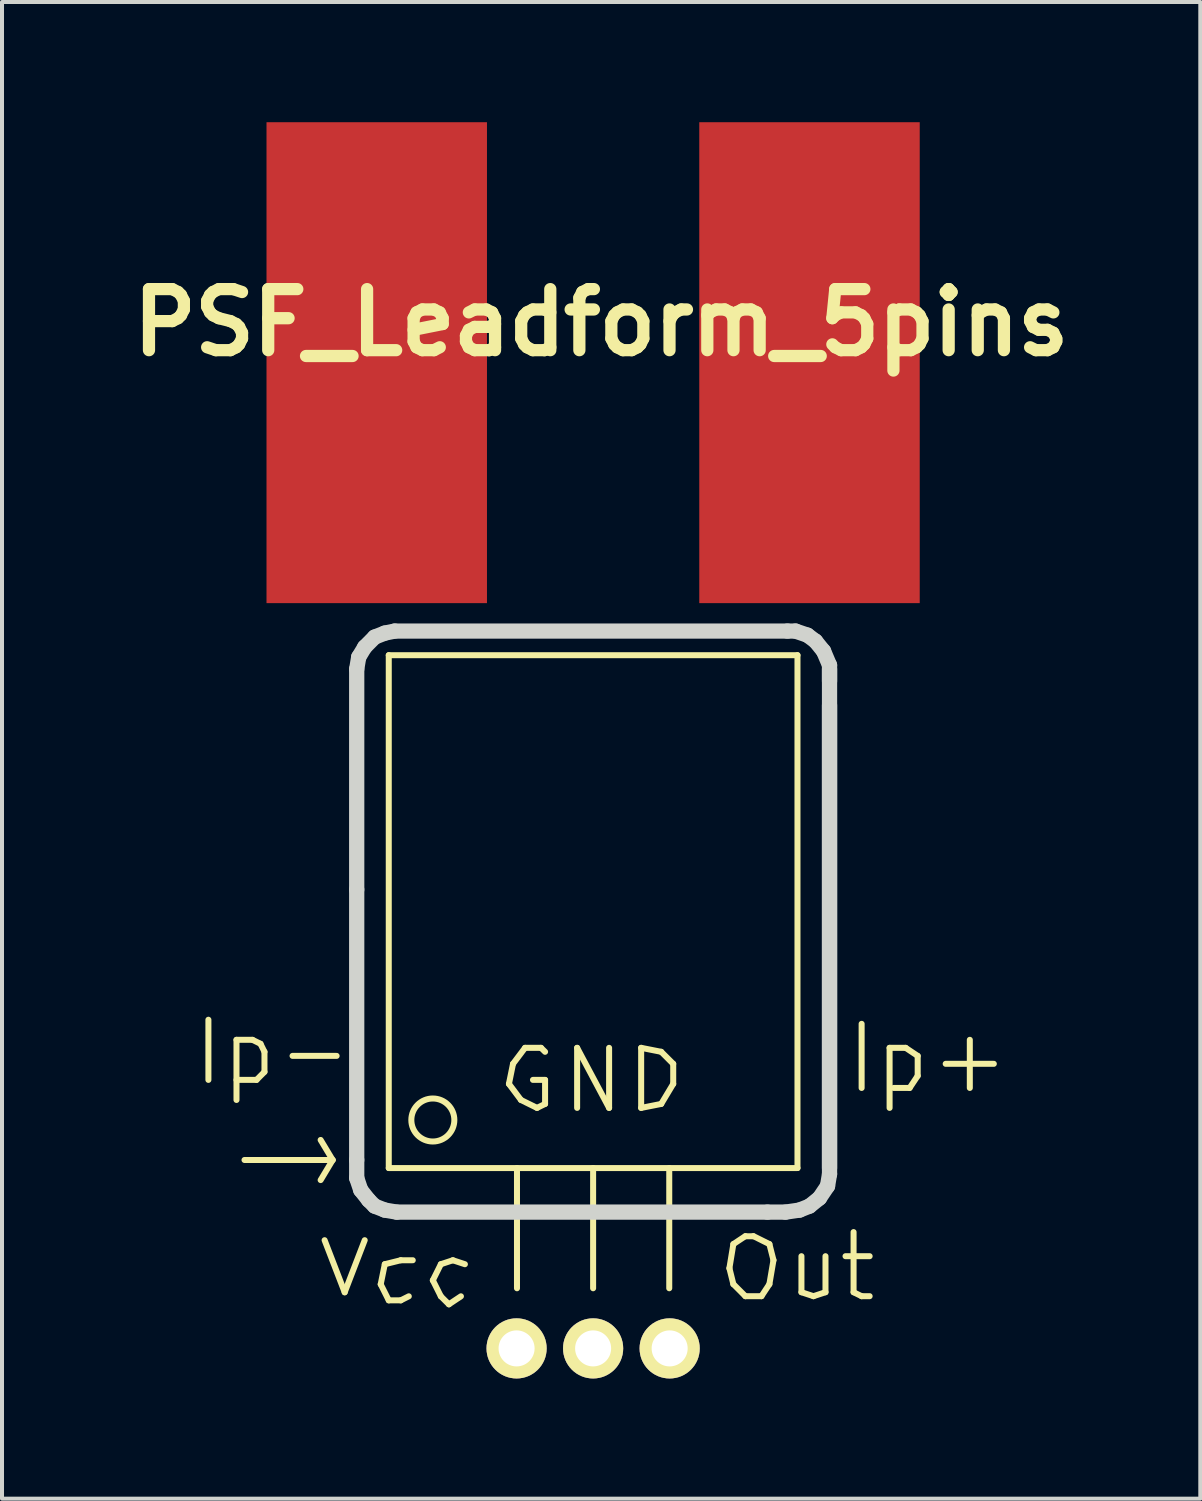
<source format=kicad_pcb>
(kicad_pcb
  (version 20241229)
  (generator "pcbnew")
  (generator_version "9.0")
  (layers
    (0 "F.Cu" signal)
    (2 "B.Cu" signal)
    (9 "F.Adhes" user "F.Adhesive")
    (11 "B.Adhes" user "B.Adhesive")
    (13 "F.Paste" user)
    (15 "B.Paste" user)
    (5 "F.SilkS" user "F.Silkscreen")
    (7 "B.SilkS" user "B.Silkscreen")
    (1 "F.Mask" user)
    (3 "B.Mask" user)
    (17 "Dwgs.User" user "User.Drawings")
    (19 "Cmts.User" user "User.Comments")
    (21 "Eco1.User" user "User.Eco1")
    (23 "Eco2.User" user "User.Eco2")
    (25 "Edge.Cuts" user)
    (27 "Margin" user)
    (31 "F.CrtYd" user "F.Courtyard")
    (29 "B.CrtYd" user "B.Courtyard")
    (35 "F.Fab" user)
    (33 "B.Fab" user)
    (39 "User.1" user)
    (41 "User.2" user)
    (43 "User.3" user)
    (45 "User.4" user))
  (footprint "PSF_Leadform_5pins"
    (layer "F.Cu")
    (at 11.752 19.9)
    (property "Reference" "PSF_Leadform_5pins" (at 0.201 -14.9 0) (layer "F.SilkS") (effects (font (size 1.524 1.524) (thickness 0.305))))
    (attr through_hole)
    (fp_line (start -9.601 2.499) (end -9.601 4) (stroke (width 0.15) (type solid)) (layer "F.SilkS"))
    (fp_line (start -8.9 3) (end -8.9 4.501) (stroke (width 0.15) (type solid)) (layer "F.SilkS"))
    (fp_line (start -8.9 3) (end -8.501 3) (stroke (width 0.15) (type solid)) (layer "F.SilkS"))
    (fp_line (start -8.501 3) (end -8.301 3.099) (stroke (width 0.15) (type solid)) (layer "F.SilkS"))
    (fp_line (start -8.4 4) (end -8.9 4) (stroke (width 0.15) (type solid)) (layer "F.SilkS"))
    (fp_line (start -8.301 3.099) (end -8.202 3.299) (stroke (width 0.15) (type solid)) (layer "F.SilkS"))
    (fp_line (start -8.202 3.299) (end -8.202 3.8) (stroke (width 0.15) (type solid)) (layer "F.SilkS"))
    (fp_line (start -8.202 3.8) (end -8.4 4) (stroke (width 0.15) (type solid)) (layer "F.SilkS"))
    (fp_line (start -6.701 8.001) (end -6.2 9.301) (stroke (width 0.15) (type solid)) (layer "F.SilkS"))
    (fp_line (start -6.5 5.999) (end -8.7 5.999) (stroke (width 0.15) (type solid)) (layer "F.SilkS"))
    (fp_line (start -6.5 5.999) (end -6.8 5.499) (stroke (width 0.15) (type solid)) (layer "F.SilkS"))
    (fp_line (start -6.5 5.999) (end -6.8 6.5) (stroke (width 0.15) (type solid)) (layer "F.SilkS"))
    (fp_line (start -6.401 3.401) (end -7.501 3.401) (stroke (width 0.15) (type solid)) (layer "F.SilkS"))
    (fp_line (start -6.2 9.301) (end -5.7 8.001) (stroke (width 0.15) (type solid)) (layer "F.SilkS"))
    (fp_line (start -5.301 9.101) (end -5.1 9.502) (stroke (width 0.15) (type solid)) (layer "F.SilkS"))
    (fp_line (start -5.199 8.6) (end -5.301 9.101) (stroke (width 0.15) (type solid)) (layer "F.SilkS"))
    (fp_line (start -5.1 -6.599) (end 5.1 -6.599) (stroke (width 0.15) (type solid)) (layer "F.SilkS"))
    (fp_line (start -5.1 6.2) (end -5.1 -6.599) (stroke (width 0.15) (type solid)) (layer "F.SilkS"))
    (fp_line (start -5.1 9.502) (end -4.801 9.502) (stroke (width 0.15) (type solid)) (layer "F.SilkS"))
    (fp_line (start -4.801 8.501) (end -5.199 8.6) (stroke (width 0.15) (type solid)) (layer "F.SilkS"))
    (fp_line (start -4.801 9.502) (end -4.6 9.401) (stroke (width 0.15) (type solid)) (layer "F.SilkS"))
    (fp_line (start -4.501 8.501) (end -4.801 8.501) (stroke (width 0.15) (type solid)) (layer "F.SilkS"))
    (fp_line (start -4 9.002) (end -3.8 9.401) (stroke (width 0.15) (type solid)) (layer "F.SilkS"))
    (fp_line (start -3.8 8.6) (end -4 9.002) (stroke (width 0.15) (type solid)) (layer "F.SilkS"))
    (fp_line (start -3.8 9.401) (end -3.599 9.601) (stroke (width 0.15) (type solid)) (layer "F.SilkS"))
    (fp_line (start -3.599 9.601) (end -3.299 9.401) (stroke (width 0.15) (type solid)) (layer "F.SilkS"))
    (fp_line (start -3.5 8.501) (end -3.8 8.6) (stroke (width 0.15) (type solid)) (layer "F.SilkS"))
    (fp_line (start -3.2 8.6) (end -3.5 8.501) (stroke (width 0.15) (type solid)) (layer "F.SilkS"))
    (fp_line (start -2.101 4.1) (end -1.801 4.501) (stroke (width 0.15) (type solid)) (layer "F.SilkS"))
    (fp_line (start -1.999 3.599) (end -2.101 4.1) (stroke (width 0.15) (type solid)) (layer "F.SilkS"))
    (fp_line (start -1.9 6.2) (end -1.9 9.2) (stroke (width 0.15) (type solid)) (layer "F.SilkS"))
    (fp_line (start -1.801 4.501) (end -1.4 4.699) (stroke (width 0.15) (type solid)) (layer "F.SilkS"))
    (fp_line (start -1.699 3.2) (end -1.999 3.599) (stroke (width 0.15) (type solid)) (layer "F.SilkS"))
    (fp_line (start -1.4 4.699) (end -1.199 4.6) (stroke (width 0.15) (type solid)) (layer "F.SilkS"))
    (fp_line (start -1.3 3.2) (end -1.699 3.2) (stroke (width 0.15) (type solid)) (layer "F.SilkS"))
    (fp_line (start -1.199 3.299) (end -1.3 3.2) (stroke (width 0.15) (type solid)) (layer "F.SilkS"))
    (fp_line (start -1.199 4) (end -1.501 4) (stroke (width 0.15) (type solid)) (layer "F.SilkS"))
    (fp_line (start -1.199 4.6) (end -1.199 4) (stroke (width 0.15) (type solid)) (layer "F.SilkS"))
    (fp_line (start -0.399 3.2) (end 0.399 4.699) (stroke (width 0.15) (type solid)) (layer "F.SilkS"))
    (fp_line (start -0.399 4.699) (end -0.399 3.2) (stroke (width 0.15) (type solid)) (layer "F.SilkS"))
    (fp_line (start 0 6.2) (end 0 9.2) (stroke (width 0.15) (type solid)) (layer "F.SilkS"))
    (fp_line (start 0.399 4.699) (end 0.399 3.2) (stroke (width 0.15) (type solid)) (layer "F.SilkS"))
    (fp_line (start 1.199 3.2) (end 1.199 4.699) (stroke (width 0.15) (type solid)) (layer "F.SilkS"))
    (fp_line (start 1.199 4.699) (end 1.699 4.6) (stroke (width 0.15) (type solid)) (layer "F.SilkS"))
    (fp_line (start 1.699 3.299) (end 1.199 3.2) (stroke (width 0.15) (type solid)) (layer "F.SilkS"))
    (fp_line (start 1.699 4.6) (end 1.999 4.1) (stroke (width 0.15) (type solid)) (layer "F.SilkS"))
    (fp_line (start 1.9 6.2) (end 1.9 9.2) (stroke (width 0.15) (type solid)) (layer "F.SilkS"))
    (fp_line (start 1.999 3.599) (end 1.699 3.299) (stroke (width 0.15) (type solid)) (layer "F.SilkS"))
    (fp_line (start 1.999 4.1) (end 1.999 3.599) (stroke (width 0.15) (type solid)) (layer "F.SilkS"))
    (fp_line (start 3.401 8.7) (end 3.5 9.098) (stroke (width 0.15) (type solid)) (layer "F.SilkS"))
    (fp_line (start 3.5 8.098) (end 3.401 8.7) (stroke (width 0.15) (type solid)) (layer "F.SilkS"))
    (fp_line (start 3.5 9.098) (end 3.8 9.398) (stroke (width 0.15) (type solid)) (layer "F.SilkS"))
    (fp_line (start 3.8 7.899) (end 3.5 8.098) (stroke (width 0.15) (type solid)) (layer "F.SilkS"))
    (fp_line (start 3.8 9.398) (end 4.201 9.398) (stroke (width 0.15) (type solid)) (layer "F.SilkS"))
    (fp_line (start 4 7.902) (end 3.8 7.902) (stroke (width 0.15) (type solid)) (layer "F.SilkS"))
    (fp_line (start 4.201 9.398) (end 4.399 9.098) (stroke (width 0.15) (type solid)) (layer "F.SilkS"))
    (fp_line (start 4.399 8.098) (end 4 7.899) (stroke (width 0.15) (type solid)) (layer "F.SilkS"))
    (fp_line (start 4.399 9.098) (end 4.501 8.499) (stroke (width 0.15) (type solid)) (layer "F.SilkS"))
    (fp_line (start 4.501 8.499) (end 4.399 8.098) (stroke (width 0.15) (type solid)) (layer "F.SilkS"))
    (fp_line (start 5.1 -6.599) (end 5.1 6.2) (stroke (width 0.15) (type solid)) (layer "F.SilkS"))
    (fp_line (start 5.1 6.2) (end -5.1 6.2) (stroke (width 0.15) (type solid)) (layer "F.SilkS"))
    (fp_line (start 5.199 8.4) (end 5.199 9.299) (stroke (width 0.15) (type solid)) (layer "F.SilkS"))
    (fp_line (start 5.199 9.299) (end 5.499 9.398) (stroke (width 0.15) (type solid)) (layer "F.SilkS"))
    (fp_line (start 5.499 9.398) (end 5.799 9.299) (stroke (width 0.15) (type solid)) (layer "F.SilkS"))
    (fp_line (start 5.799 9.299) (end 5.799 8.4) (stroke (width 0.15) (type solid)) (layer "F.SilkS"))
    (fp_line (start 6.5 7.798) (end 6.5 9.299) (stroke (width 0.15) (type solid)) (layer "F.SilkS"))
    (fp_line (start 6.5 9.299) (end 6.701 9.398) (stroke (width 0.15) (type solid)) (layer "F.SilkS"))
    (fp_line (start 6.701 2.601) (end 6.701 4.201) (stroke (width 0.15) (type solid)) (layer "F.SilkS"))
    (fp_line (start 6.701 9.398) (end 6.901 9.398) (stroke (width 0.15) (type solid)) (layer "F.SilkS"))
    (fp_line (start 6.901 8.4) (end 6.299 8.4) (stroke (width 0.15) (type solid)) (layer "F.SilkS"))
    (fp_line (start 7.399 3.2) (end 7.399 4.699) (stroke (width 0.15) (type solid)) (layer "F.SilkS"))
    (fp_line (start 7.399 3.2) (end 7.8 3.2) (stroke (width 0.15) (type solid)) (layer "F.SilkS"))
    (fp_line (start 7.8 3.2) (end 8.1 3.401) (stroke (width 0.15) (type solid)) (layer "F.SilkS"))
    (fp_line (start 7.899 4.201) (end 7.501 4.201) (stroke (width 0.15) (type solid)) (layer "F.SilkS"))
    (fp_line (start 8.1 3.401) (end 8.1 3.899) (stroke (width 0.15) (type solid)) (layer "F.SilkS"))
    (fp_line (start 8.1 3.899) (end 7.899 4.201) (stroke (width 0.15) (type solid)) (layer "F.SilkS"))
    (fp_line (start 9.401 3) (end 9.401 4.201) (stroke (width 0.15) (type solid)) (layer "F.SilkS"))
    (fp_line (start 10 3.599) (end 8.799 3.599) (stroke (width 0.15) (type solid)) (layer "F.SilkS"))
    (fp_circle (center -4 5.001) (end -3.8 5.499) (stroke (width 0.15) (type solid)) (fill no) (layer "F.SilkS"))
    (fp_line (start -5.9 -6.251) (end -5.85 -6.551) (stroke (width 0.381) (type solid)) (layer "Edge.Cuts"))
    (fp_line (start -5.9 -0.749) (end -5.9 -6.251) (stroke (width 0.381) (type solid)) (layer "Edge.Cuts"))
    (fp_line (start -5.9 5.999) (end -5.9 -0.749) (stroke (width 0.381) (type solid)) (layer "Edge.Cuts"))
    (fp_line (start -5.9 6.449) (end -5.9 5.999) (stroke (width 0.381) (type solid)) (layer "Edge.Cuts"))
    (fp_line (start -5.85 -6.551) (end -5.7 -6.8) (stroke (width 0.381) (type solid)) (layer "Edge.Cuts"))
    (fp_line (start -5.799 6.749) (end -5.9 6.449) (stroke (width 0.381) (type solid)) (layer "Edge.Cuts"))
    (fp_line (start -5.7 -6.8) (end -5.451 -7.051) (stroke (width 0.381) (type solid)) (layer "Edge.Cuts"))
    (fp_line (start -5.601 7) (end -5.799 6.749) (stroke (width 0.381) (type solid)) (layer "Edge.Cuts"))
    (fp_line (start -5.451 -7.051) (end -5.199 -7.15) (stroke (width 0.381) (type solid)) (layer "Edge.Cuts"))
    (fp_line (start -5.451 7.15) (end -5.601 7) (stroke (width 0.381) (type solid)) (layer "Edge.Cuts"))
    (fp_line (start -5.199 -7.15) (end -4.95 -7.201) (stroke (width 0.381) (type solid)) (layer "Edge.Cuts"))
    (fp_line (start -5.199 7.249) (end -5.451 7.15) (stroke (width 0.381) (type solid)) (layer "Edge.Cuts"))
    (fp_line (start -4.95 -7.201) (end 4.849 -7.201) (stroke (width 0.381) (type solid)) (layer "Edge.Cuts"))
    (fp_line (start -4.9 7.3) (end -5.199 7.249) (stroke (width 0.381) (type solid)) (layer "Edge.Cuts"))
    (fp_line (start 4.351 7.3) (end -4.9 7.3) (stroke (width 0.381) (type solid)) (layer "Edge.Cuts"))
    (fp_line (start 4.801 7.3) (end 4.351 7.3) (stroke (width 0.381) (type solid)) (layer "Edge.Cuts"))
    (fp_line (start 4.849 -7.201) (end 5.05 -7.201) (stroke (width 0.381) (type solid)) (layer "Edge.Cuts"))
    (fp_line (start 5.05 -7.201) (end 5.349 -7.099) (stroke (width 0.381) (type solid)) (layer "Edge.Cuts"))
    (fp_line (start 5.151 7.249) (end 4.801 7.3) (stroke (width 0.381) (type solid)) (layer "Edge.Cuts"))
    (fp_line (start 5.349 -7.099) (end 5.55 -6.949) (stroke (width 0.381) (type solid)) (layer "Edge.Cuts"))
    (fp_line (start 5.4 7.15) (end 5.151 7.249) (stroke (width 0.381) (type solid)) (layer "Edge.Cuts"))
    (fp_line (start 5.55 -6.949) (end 5.751 -6.701) (stroke (width 0.381) (type solid)) (layer "Edge.Cuts"))
    (fp_line (start 5.649 6.949) (end 5.4 7.15) (stroke (width 0.381) (type solid)) (layer "Edge.Cuts"))
    (fp_line (start 5.751 -6.701) (end 5.9 -6.35) (stroke (width 0.381) (type solid)) (layer "Edge.Cuts"))
    (fp_line (start 5.85 6.65) (end 5.649 6.949) (stroke (width 0.381) (type solid)) (layer "Edge.Cuts"))
    (fp_line (start 5.9 -6.35) (end 5.9 -5.951) (stroke (width 0.381) (type solid)) (layer "Edge.Cuts"))
    (fp_line (start 5.9 -6.251) (end 5.9 6.35) (stroke (width 0.381) (type solid)) (layer "Edge.Cuts"))
    (fp_line (start 5.9 -5.349) (end 5.9 6.2) (stroke (width 0.381) (type solid)) (layer "Edge.Cuts"))
    (fp_line (start 5.9 6.35) (end 5.85 6.65) (stroke (width 0.381) (type solid)) (layer "Edge.Cuts"))
    (pad "1" thru_hole circle (at -1.91 10.701) (size 1.501 1.501) (drill 0.899) (layers "*.Cu" "*.Mask" "F.SilkS"))
    (pad "2" thru_hole circle (at 0 10.701) (size 1.501 1.501) (drill 0.899) (layers "*.Cu" "*.Mask" "F.SilkS"))
    (pad "3" thru_hole circle (at 1.91 10.701) (size 1.501 1.501) (drill 0.899) (layers "*.Cu" "*.Mask" "F.SilkS"))
    (pad "4" smd rect (at 5.4 -13.899) (size 5.502 12.002) (layers "F.Cu" "F.Mask" "F.Paste"))
    (pad "5" smd rect (at -5.4 -13.899) (size 5.502 12.002) (layers "F.Cu" "F.Mask" "F.Paste")))
  (gr_rect
    (start -3 -3)
    (end 26.905 34.351)
    (stroke (width 0.1) (type default))
    (fill no)
    (layer "Edge.Cuts")))
</source>
